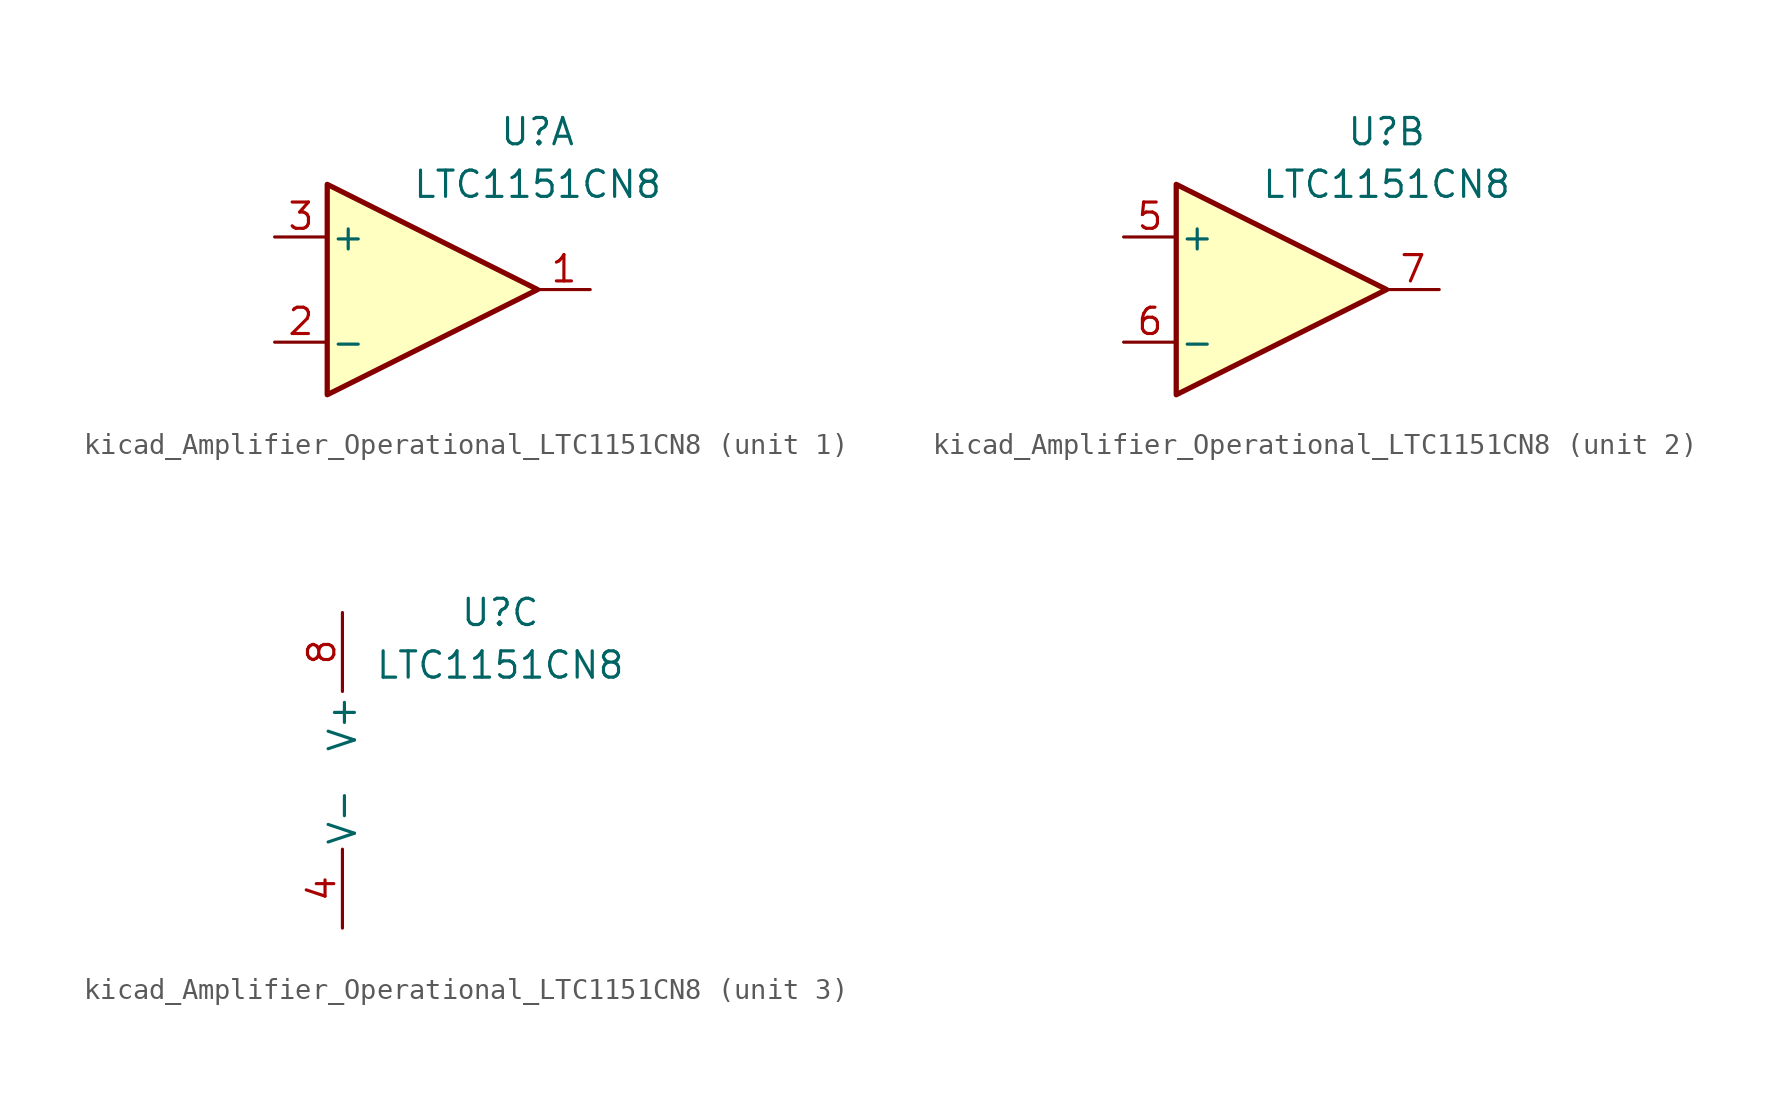
<source format=kicad_sym>
(kicad_symbol_lib
  (version 20220914)
  (generator kicad_symbol_editor)
  (symbol "kicad_Amplifier_Operational_LTC1151CN8"
    (pin_names
      (offset 0.127))
    (property "Reference" "U"
      (at 5.08 7.62 0)
      (effects (font (size 1.27 1.27))))
    (property "Value" "LTC1151CN8"
      (at 5.08 5.08 0)
      (effects (font (size 1.27 1.27))))
    (property "ki_locked" ""
      (at 0 0 0)
      (effects (font (size 1.27 1.27))))
    (symbol "kicad_Amplifier_Operational_LTC1151CN8_1_1"
      (polyline (pts (xy -5.08 5.08) (xy -5.08 -5.08) (xy 5.08 0) (xy -5.08 5.08)) (stroke (width 0.254) (type default)) (fill (type background)))
      (pin output line (at 7.62 0 180) (length 2.54) (name "~" (effects (font (size 1.27 1.27)))) (number "1" (effects (font (size 1.27 1.27)))))
      (pin input line (at -7.62 -2.54 0) (length 2.54) (name "-" (effects (font (size 1.27 1.27)))) (number "2" (effects (font (size 1.27 1.27)))))
      (pin input line (at -7.62 2.54 0) (length 2.54) (name "+" (effects (font (size 1.27 1.27)))) (number "3" (effects (font (size 1.27 1.27))))))
    (symbol "kicad_Amplifier_Operational_LTC1151CN8_2_1"
      (polyline (pts (xy -5.08 5.08) (xy -5.08 -5.08) (xy 5.08 0) (xy -5.08 5.08)) (stroke (width 0.254) (type default)) (fill (type background)))
      (pin input line (at -7.62 2.54 0) (length 2.54) (name "+" (effects (font (size 1.27 1.27)))) (number "5" (effects (font (size 1.27 1.27)))))
      (pin input line (at -7.62 -2.54 0) (length 2.54) (name "-" (effects (font (size 1.27 1.27)))) (number "6" (effects (font (size 1.27 1.27)))))
      (pin output line (at 7.62 0 180) (length 2.54) (name "~" (effects (font (size 1.27 1.27)))) (number "7" (effects (font (size 1.27 1.27))))))
    (symbol "kicad_Amplifier_Operational_LTC1151CN8_3_1"
      (pin power_in line (at -2.54 -7.62 90) (length 3.81) (name "V-" (effects (font (size 1.27 1.27)))) (number "4" (effects (font (size 1.27 1.27)))))
      (pin power_in line (at -2.54 7.62 270) (length 3.81) (name "V+" (effects (font (size 1.27 1.27)))) (number "8" (effects (font (size 1.27 1.27))))))))
</source>
